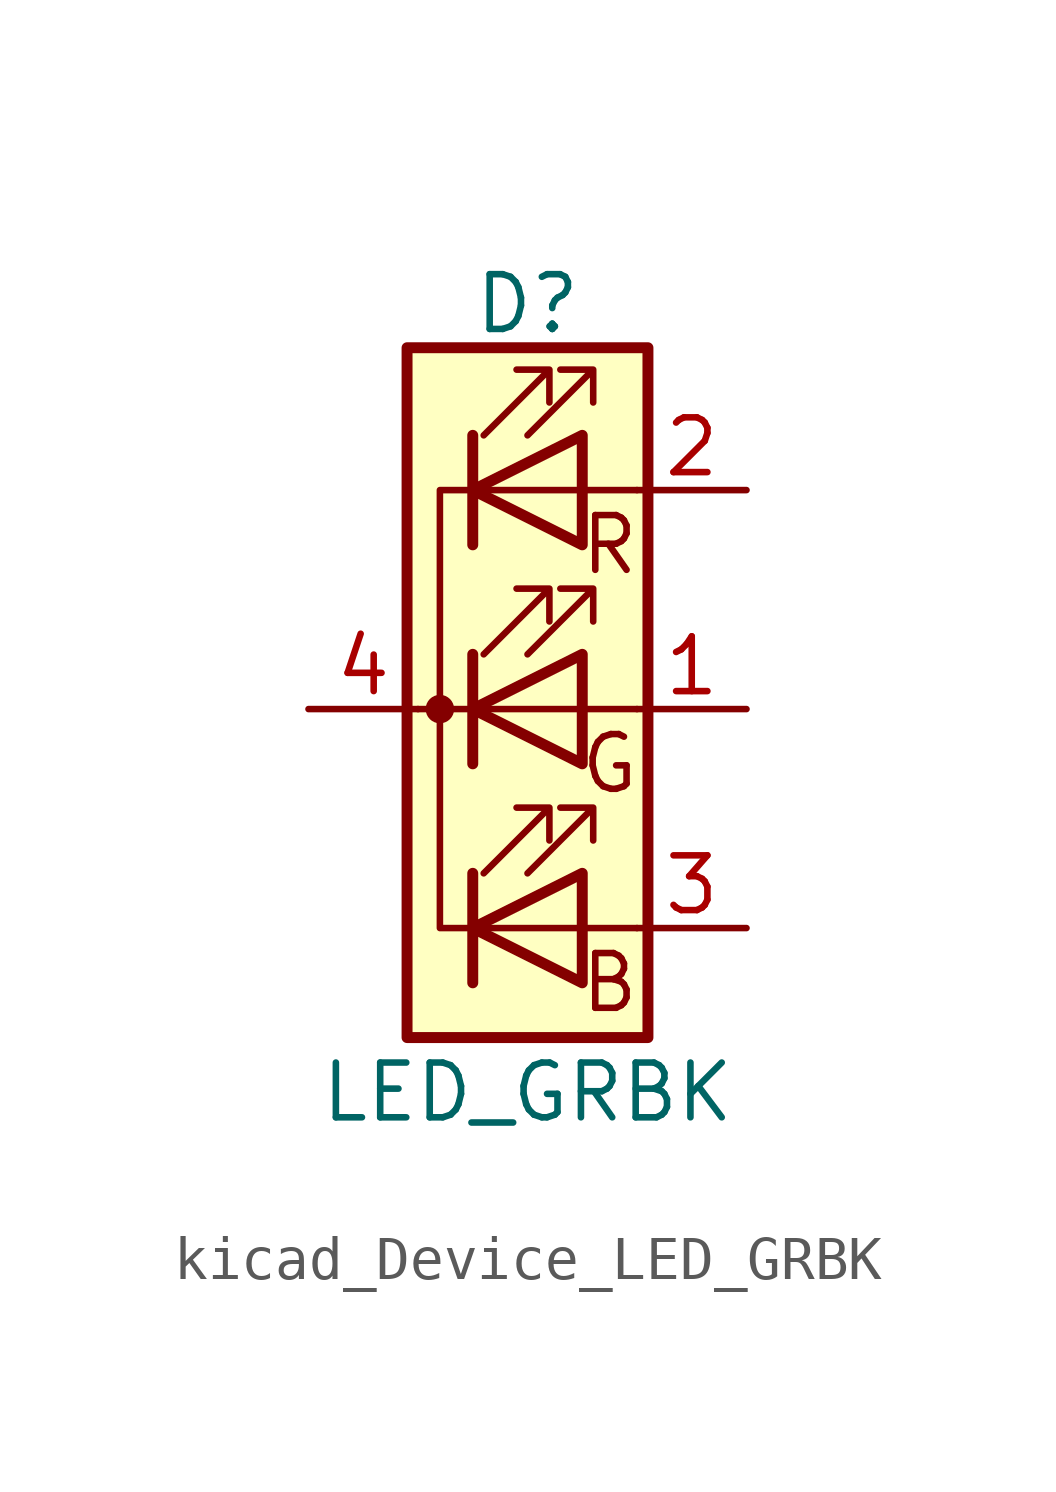
<source format=kicad_sym>
(kicad_symbol_lib
  (version 20220914)
  (generator kicad_symbol_editor)
  (symbol "kicad_Device_LED_GRBK"
    (pin_names
      (offset 0) hide)
    (property "Reference" "D"
      (at 0 9.398 0)
      (effects (font (size 1.27 1.27))))
    (property "Value" "LED_GRBK"
      (at 0 -8.89 0)
      (effects (font (size 1.27 1.27))))
    (symbol "kicad_Device_LED_GRBK_0_0"
      (text "B" (at 1.905 -6.35 0) (effects (font (size 1.27 1.27))))
      (text "G" (at 1.905 -1.27 0) (effects (font (size 1.27 1.27))))
      (text "R" (at 1.905 3.81 0) (effects (font (size 1.27 1.27)))))
    (symbol "kicad_Device_LED_GRBK_0_1"
      (circle (center -2.032 0) (radius 0.254) (stroke (width 0) (type default)) (fill (type outline)))
      (polyline (pts (xy -1.27 -5.08) (xy 1.27 -5.08)) (stroke (width 0) (type default)) (fill (type none)))
      (polyline (pts (xy -1.27 -3.81) (xy -1.27 -6.35)) (stroke (width 0.254) (type default)) (fill (type none)))
      (polyline (pts (xy -1.27 0) (xy -2.54 0)) (stroke (width 0) (type default)) (fill (type none)))
      (polyline (pts (xy -1.27 1.27) (xy -1.27 -1.27)) (stroke (width 0.254) (type default)) (fill (type none)))
      (polyline (pts (xy -1.27 5.08) (xy 1.27 5.08)) (stroke (width 0) (type default)) (fill (type none)))
      (polyline (pts (xy -1.27 6.35) (xy -1.27 3.81)) (stroke (width 0.254) (type default)) (fill (type none)))
      (polyline (pts (xy 1.27 -5.08) (xy 2.54 -5.08)) (stroke (width 0) (type default)) (fill (type none)))
      (polyline (pts (xy 1.27 0) (xy -1.27 0)) (stroke (width 0) (type default)) (fill (type none)))
      (polyline (pts (xy 1.27 0) (xy 2.54 0)) (stroke (width 0) (type default)) (fill (type none)))
      (polyline (pts (xy 1.27 5.08) (xy 2.54 5.08)) (stroke (width 0) (type default)) (fill (type none)))
      (polyline (pts (xy -1.27 1.27) (xy -1.27 -1.27) (xy -1.27 -1.27)) (stroke (width 0) (type default)) (fill (type none)))
      (polyline (pts (xy -1.27 6.35) (xy -1.27 3.81) (xy -1.27 3.81)) (stroke (width 0) (type default)) (fill (type none)))
      (polyline (pts (xy -1.27 5.08) (xy -2.032 5.08) (xy -2.032 -5.08) (xy -1.016 -5.08)) (stroke (width 0) (type default)) (fill (type none)))
      (polyline (pts (xy 1.27 -3.81) (xy 1.27 -6.35) (xy -1.27 -5.08) (xy 1.27 -3.81)) (stroke (width 0.254) (type default)) (fill (type none)))
      (polyline (pts (xy 1.27 1.27) (xy 1.27 -1.27) (xy -1.27 0) (xy 1.27 1.27)) (stroke (width 0.254) (type default)) (fill (type none)))
      (polyline (pts (xy 1.27 6.35) (xy 1.27 3.81) (xy -1.27 5.08) (xy 1.27 6.35)) (stroke (width 0.254) (type default)) (fill (type none)))
      (polyline (pts (xy -1.016 -3.81) (xy 0.508 -2.286) (xy -0.254 -2.286) (xy 0.508 -2.286) (xy 0.508 -3.048)) (stroke (width 0) (type default)) (fill (type none)))
      (polyline (pts (xy -1.016 1.27) (xy 0.508 2.794) (xy -0.254 2.794) (xy 0.508 2.794) (xy 0.508 2.032)) (stroke (width 0) (type default)) (fill (type none)))
      (polyline (pts (xy -1.016 6.35) (xy 0.508 7.874) (xy -0.254 7.874) (xy 0.508 7.874) (xy 0.508 7.112)) (stroke (width 0) (type default)) (fill (type none)))
      (polyline (pts (xy 0 -3.81) (xy 1.524 -2.286) (xy 0.762 -2.286) (xy 1.524 -2.286) (xy 1.524 -3.048)) (stroke (width 0) (type default)) (fill (type none)))
      (polyline (pts (xy 0 1.27) (xy 1.524 2.794) (xy 0.762 2.794) (xy 1.524 2.794) (xy 1.524 2.032)) (stroke (width 0) (type default)) (fill (type none)))
      (polyline (pts (xy 0 6.35) (xy 1.524 7.874) (xy 0.762 7.874) (xy 1.524 7.874) (xy 1.524 7.112)) (stroke (width 0) (type default)) (fill (type none)))
      (rectangle (start 1.27 -1.27) (end 1.27 1.27) (stroke (width 0) (type default)) (fill (type none)))
      (rectangle (start 1.27 1.27) (end 1.27 1.27) (stroke (width 0) (type default)) (fill (type none)))
      (rectangle (start 1.27 3.81) (end 1.27 6.35) (stroke (width 0) (type default)) (fill (type none)))
      (rectangle (start 1.27 6.35) (end 1.27 6.35) (stroke (width 0) (type default)) (fill (type none)))
      (rectangle (start 2.794 8.382) (end -2.794 -7.62) (stroke (width 0.254) (type default)) (fill (type background))))
    (symbol "kicad_Device_LED_GRBK_1_1"
      (pin passive line (at 5.08 0 180) (length 2.54) (name "GA" (effects (font (size 1.27 1.27)))) (number "1" (effects (font (size 1.27 1.27)))))
      (pin passive line (at 5.08 5.08 180) (length 2.54) (name "RA" (effects (font (size 1.27 1.27)))) (number "2" (effects (font (size 1.27 1.27)))))
      (pin passive line (at 5.08 -5.08 180) (length 2.54) (name "BA" (effects (font (size 1.27 1.27)))) (number "3" (effects (font (size 1.27 1.27)))))
      (pin passive line (at -5.08 0 0) (length 2.54) (name "K" (effects (font (size 1.27 1.27)))) (number "4" (effects (font (size 1.27 1.27))))))))
</source>
